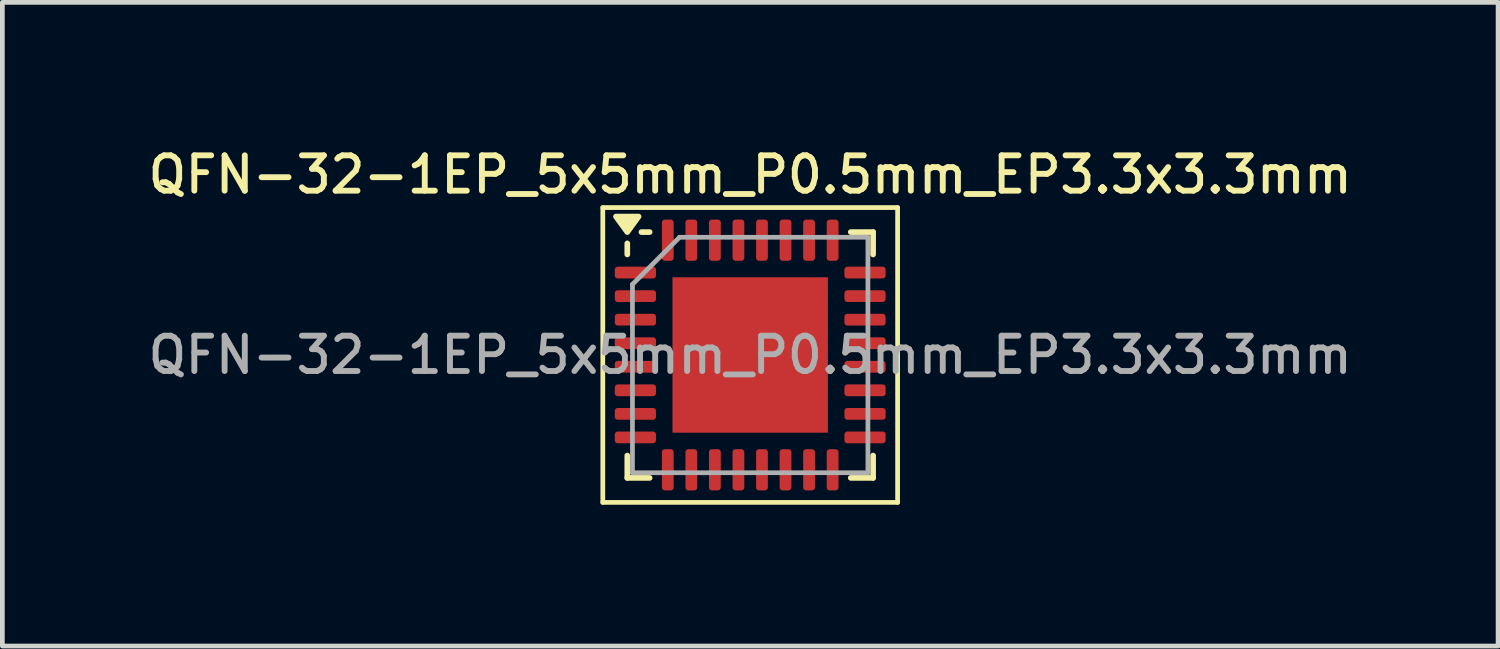
<source format=kicad_pcb>
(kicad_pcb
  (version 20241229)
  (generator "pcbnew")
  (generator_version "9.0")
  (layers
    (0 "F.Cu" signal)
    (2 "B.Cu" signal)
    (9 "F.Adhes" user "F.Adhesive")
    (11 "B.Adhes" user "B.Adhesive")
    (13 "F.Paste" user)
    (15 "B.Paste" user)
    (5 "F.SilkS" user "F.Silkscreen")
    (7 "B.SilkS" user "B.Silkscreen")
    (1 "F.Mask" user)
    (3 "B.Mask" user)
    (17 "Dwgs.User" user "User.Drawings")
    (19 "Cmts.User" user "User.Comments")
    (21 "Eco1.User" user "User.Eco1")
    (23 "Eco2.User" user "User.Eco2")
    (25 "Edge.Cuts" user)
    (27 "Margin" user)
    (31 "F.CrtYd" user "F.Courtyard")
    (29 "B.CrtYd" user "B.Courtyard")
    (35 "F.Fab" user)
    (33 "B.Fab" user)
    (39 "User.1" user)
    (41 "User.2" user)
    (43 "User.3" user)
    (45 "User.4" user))
  (footprint "QFN-32-1EP_5x5mm_P0.5mm_EP3.3x3.3mm"
    (layer "F.Cu")
    (at 12.88 4.488)
    (property "Reference" "QFN-32-1EP_5x5mm_P0.5mm_EP3.3x3.3mm" (at 0 -3.83 0) (layer "F.SilkS") (effects (font (size 0.75 0.75) (thickness 0.125))))
    (attr smd)
    (fp_line (start -3.13 -3.13) (end -3.13 3.13) (stroke (width 0.1) (type solid)) (layer "F.SilkS"))
    (fp_line (start -3.13 3.13) (end 3.13 3.13) (stroke (width 0.1) (type solid)) (layer "F.SilkS"))
    (fp_line (start -2.61 -2.135) (end -2.61 -2.37) (stroke (width 0.12) (type solid)) (layer "F.SilkS"))
    (fp_line (start -2.61 2.61) (end -2.61 2.135) (stroke (width 0.12) (type solid)) (layer "F.SilkS"))
    (fp_line (start -2.135 -2.61) (end -2.31 -2.61) (stroke (width 0.12) (type solid)) (layer "F.SilkS"))
    (fp_line (start -2.135 2.61) (end -2.61 2.61) (stroke (width 0.12) (type solid)) (layer "F.SilkS"))
    (fp_line (start 2.135 -2.61) (end 2.61 -2.61) (stroke (width 0.12) (type solid)) (layer "F.SilkS"))
    (fp_line (start 2.135 2.61) (end 2.61 2.61) (stroke (width 0.12) (type solid)) (layer "F.SilkS"))
    (fp_line (start 2.61 -2.61) (end 2.61 -2.135) (stroke (width 0.12) (type solid)) (layer "F.SilkS"))
    (fp_line (start 2.61 2.61) (end 2.61 2.135) (stroke (width 0.12) (type solid)) (layer "F.SilkS"))
    (fp_line (start 3.13 -3.13) (end -3.13 -3.13) (stroke (width 0.1) (type solid)) (layer "F.SilkS"))
    (fp_line (start 3.13 3.13) (end 3.13 -3.13) (stroke (width 0.1) (type solid)) (layer "F.SilkS"))
    (fp_poly (pts (xy -2.61 -2.61) (xy -2.85 -2.94) (xy -2.37 -2.94) (xy -2.61 -2.61)) (stroke (width 0.12) (type solid)) (fill yes) (layer "F.SilkS"))
    (fp_line (start -2.5 -1.5) (end -1.5 -2.5) (stroke (width 0.1) (type solid)) (layer "F.Fab"))
    (fp_line (start -2.5 2.5) (end -2.5 -1.5) (stroke (width 0.1) (type solid)) (layer "F.Fab"))
    (fp_line (start -1.5 -2.5) (end 2.5 -2.5) (stroke (width 0.1) (type solid)) (layer "F.Fab"))
    (fp_line (start 2.5 -2.5) (end 2.5 2.5) (stroke (width 0.1) (type solid)) (layer "F.Fab"))
    (fp_line (start 2.5 2.5) (end -2.5 2.5) (stroke (width 0.1) (type solid)) (layer "F.Fab"))
    (fp_text user "${REFERENCE}" (at 0 0 0) (layer "F.Fab") (effects (font (size 0.75 0.75) (thickness 0.125))))
    (pad "" smd roundrect (at -1.1 -1.1) (size 0.89 0.89) (layers "F.Paste") (roundrect_rratio 0.25))
    (pad "" smd roundrect (at -1.1 0) (size 0.89 0.89) (layers "F.Paste") (roundrect_rratio 0.25))
    (pad "" smd roundrect (at -1.1 1.1) (size 0.89 0.89) (layers "F.Paste") (roundrect_rratio 0.25))
    (pad "" smd roundrect (at 0 -1.1) (size 0.89 0.89) (layers "F.Paste") (roundrect_rratio 0.25))
    (pad "" smd roundrect (at 0 0) (size 0.89 0.89) (layers "F.Paste") (roundrect_rratio 0.25))
    (pad "" smd roundrect (at 0 1.1) (size 0.89 0.89) (layers "F.Paste") (roundrect_rratio 0.25))
    (pad "" smd roundrect (at 1.1 -1.1) (size 0.89 0.89) (layers "F.Paste") (roundrect_rratio 0.25))
    (pad "" smd roundrect (at 1.1 0) (size 0.89 0.89) (layers "F.Paste") (roundrect_rratio 0.25))
    (pad "" smd roundrect (at 1.1 1.1) (size 0.89 0.89) (layers "F.Paste") (roundrect_rratio 0.25))
    (pad "1" smd roundrect (at -2.438 -1.75) (size 0.875 0.25) (layers "F.Cu" "F.Mask" "F.Paste") (roundrect_rratio 0.25))
    (pad "2" smd roundrect (at -2.438 -1.25) (size 0.875 0.25) (layers "F.Cu" "F.Mask" "F.Paste") (roundrect_rratio 0.25))
    (pad "3" smd roundrect (at -2.438 -0.75) (size 0.875 0.25) (layers "F.Cu" "F.Mask" "F.Paste") (roundrect_rratio 0.25))
    (pad "4" smd roundrect (at -2.438 -0.25) (size 0.875 0.25) (layers "F.Cu" "F.Mask" "F.Paste") (roundrect_rratio 0.25))
    (pad "5" smd roundrect (at -2.438 0.25) (size 0.875 0.25) (layers "F.Cu" "F.Mask" "F.Paste") (roundrect_rratio 0.25))
    (pad "6" smd roundrect (at -2.438 0.75) (size 0.875 0.25) (layers "F.Cu" "F.Mask" "F.Paste") (roundrect_rratio 0.25))
    (pad "7" smd roundrect (at -2.438 1.25) (size 0.875 0.25) (layers "F.Cu" "F.Mask" "F.Paste") (roundrect_rratio 0.25))
    (pad "8" smd roundrect (at -2.438 1.75) (size 0.875 0.25) (layers "F.Cu" "F.Mask" "F.Paste") (roundrect_rratio 0.25))
    (pad "9" smd roundrect (at -1.75 2.438) (size 0.25 0.875) (layers "F.Cu" "F.Mask" "F.Paste") (roundrect_rratio 0.25))
    (pad "10" smd roundrect (at -1.25 2.438) (size 0.25 0.875) (layers "F.Cu" "F.Mask" "F.Paste") (roundrect_rratio 0.25))
    (pad "11" smd roundrect (at -0.75 2.438) (size 0.25 0.875) (layers "F.Cu" "F.Mask" "F.Paste") (roundrect_rratio 0.25))
    (pad "12" smd roundrect (at -0.25 2.438) (size 0.25 0.875) (layers "F.Cu" "F.Mask" "F.Paste") (roundrect_rratio 0.25))
    (pad "13" smd roundrect (at 0.25 2.438) (size 0.25 0.875) (layers "F.Cu" "F.Mask" "F.Paste") (roundrect_rratio 0.25))
    (pad "14" smd roundrect (at 0.75 2.438) (size 0.25 0.875) (layers "F.Cu" "F.Mask" "F.Paste") (roundrect_rratio 0.25))
    (pad "15" smd roundrect (at 1.25 2.438) (size 0.25 0.875) (layers "F.Cu" "F.Mask" "F.Paste") (roundrect_rratio 0.25))
    (pad "16" smd roundrect (at 1.75 2.438) (size 0.25 0.875) (layers "F.Cu" "F.Mask" "F.Paste") (roundrect_rratio 0.25))
    (pad "17" smd roundrect (at 2.438 1.75) (size 0.875 0.25) (layers "F.Cu" "F.Mask" "F.Paste") (roundrect_rratio 0.25))
    (pad "18" smd roundrect (at 2.438 1.25) (size 0.875 0.25) (layers "F.Cu" "F.Mask" "F.Paste") (roundrect_rratio 0.25))
    (pad "19" smd roundrect (at 2.438 0.75) (size 0.875 0.25) (layers "F.Cu" "F.Mask" "F.Paste") (roundrect_rratio 0.25))
    (pad "20" smd roundrect (at 2.438 0.25) (size 0.875 0.25) (layers "F.Cu" "F.Mask" "F.Paste") (roundrect_rratio 0.25))
    (pad "21" smd roundrect (at 2.438 -0.25) (size 0.875 0.25) (layers "F.Cu" "F.Mask" "F.Paste") (roundrect_rratio 0.25))
    (pad "22" smd roundrect (at 2.438 -0.75) (size 0.875 0.25) (layers "F.Cu" "F.Mask" "F.Paste") (roundrect_rratio 0.25))
    (pad "23" smd roundrect (at 2.438 -1.25) (size 0.875 0.25) (layers "F.Cu" "F.Mask" "F.Paste") (roundrect_rratio 0.25))
    (pad "24" smd roundrect (at 2.438 -1.75) (size 0.875 0.25) (layers "F.Cu" "F.Mask" "F.Paste") (roundrect_rratio 0.25))
    (pad "25" smd roundrect (at 1.75 -2.438) (size 0.25 0.875) (layers "F.Cu" "F.Mask" "F.Paste") (roundrect_rratio 0.25))
    (pad "26" smd roundrect (at 1.25 -2.438) (size 0.25 0.875) (layers "F.Cu" "F.Mask" "F.Paste") (roundrect_rratio 0.25))
    (pad "27" smd roundrect (at 0.75 -2.438) (size 0.25 0.875) (layers "F.Cu" "F.Mask" "F.Paste") (roundrect_rratio 0.25))
    (pad "28" smd roundrect (at 0.25 -2.438) (size 0.25 0.875) (layers "F.Cu" "F.Mask" "F.Paste") (roundrect_rratio 0.25))
    (pad "29" smd roundrect (at -0.25 -2.438) (size 0.25 0.875) (layers "F.Cu" "F.Mask" "F.Paste") (roundrect_rratio 0.25))
    (pad "30" smd roundrect (at -0.75 -2.438) (size 0.25 0.875) (layers "F.Cu" "F.Mask" "F.Paste") (roundrect_rratio 0.25))
    (pad "31" smd roundrect (at -1.25 -2.438) (size 0.25 0.875) (layers "F.Cu" "F.Mask" "F.Paste") (roundrect_rratio 0.25))
    (pad "32" smd roundrect (at -1.75 -2.438) (size 0.25 0.875) (layers "F.Cu" "F.Mask" "F.Paste") (roundrect_rratio 0.25))
    (pad "33" smd rect (at 0 0) (size 3.3 3.3) (property pad_prop_heatsink) (layers "F.Cu" "F.Mask")))
  (gr_rect
    (start -3 -3)
    (end 28.761 10.668)
    (stroke (width 0.1) (type default))
    (fill no)
    (layer "Edge.Cuts")))
</source>
